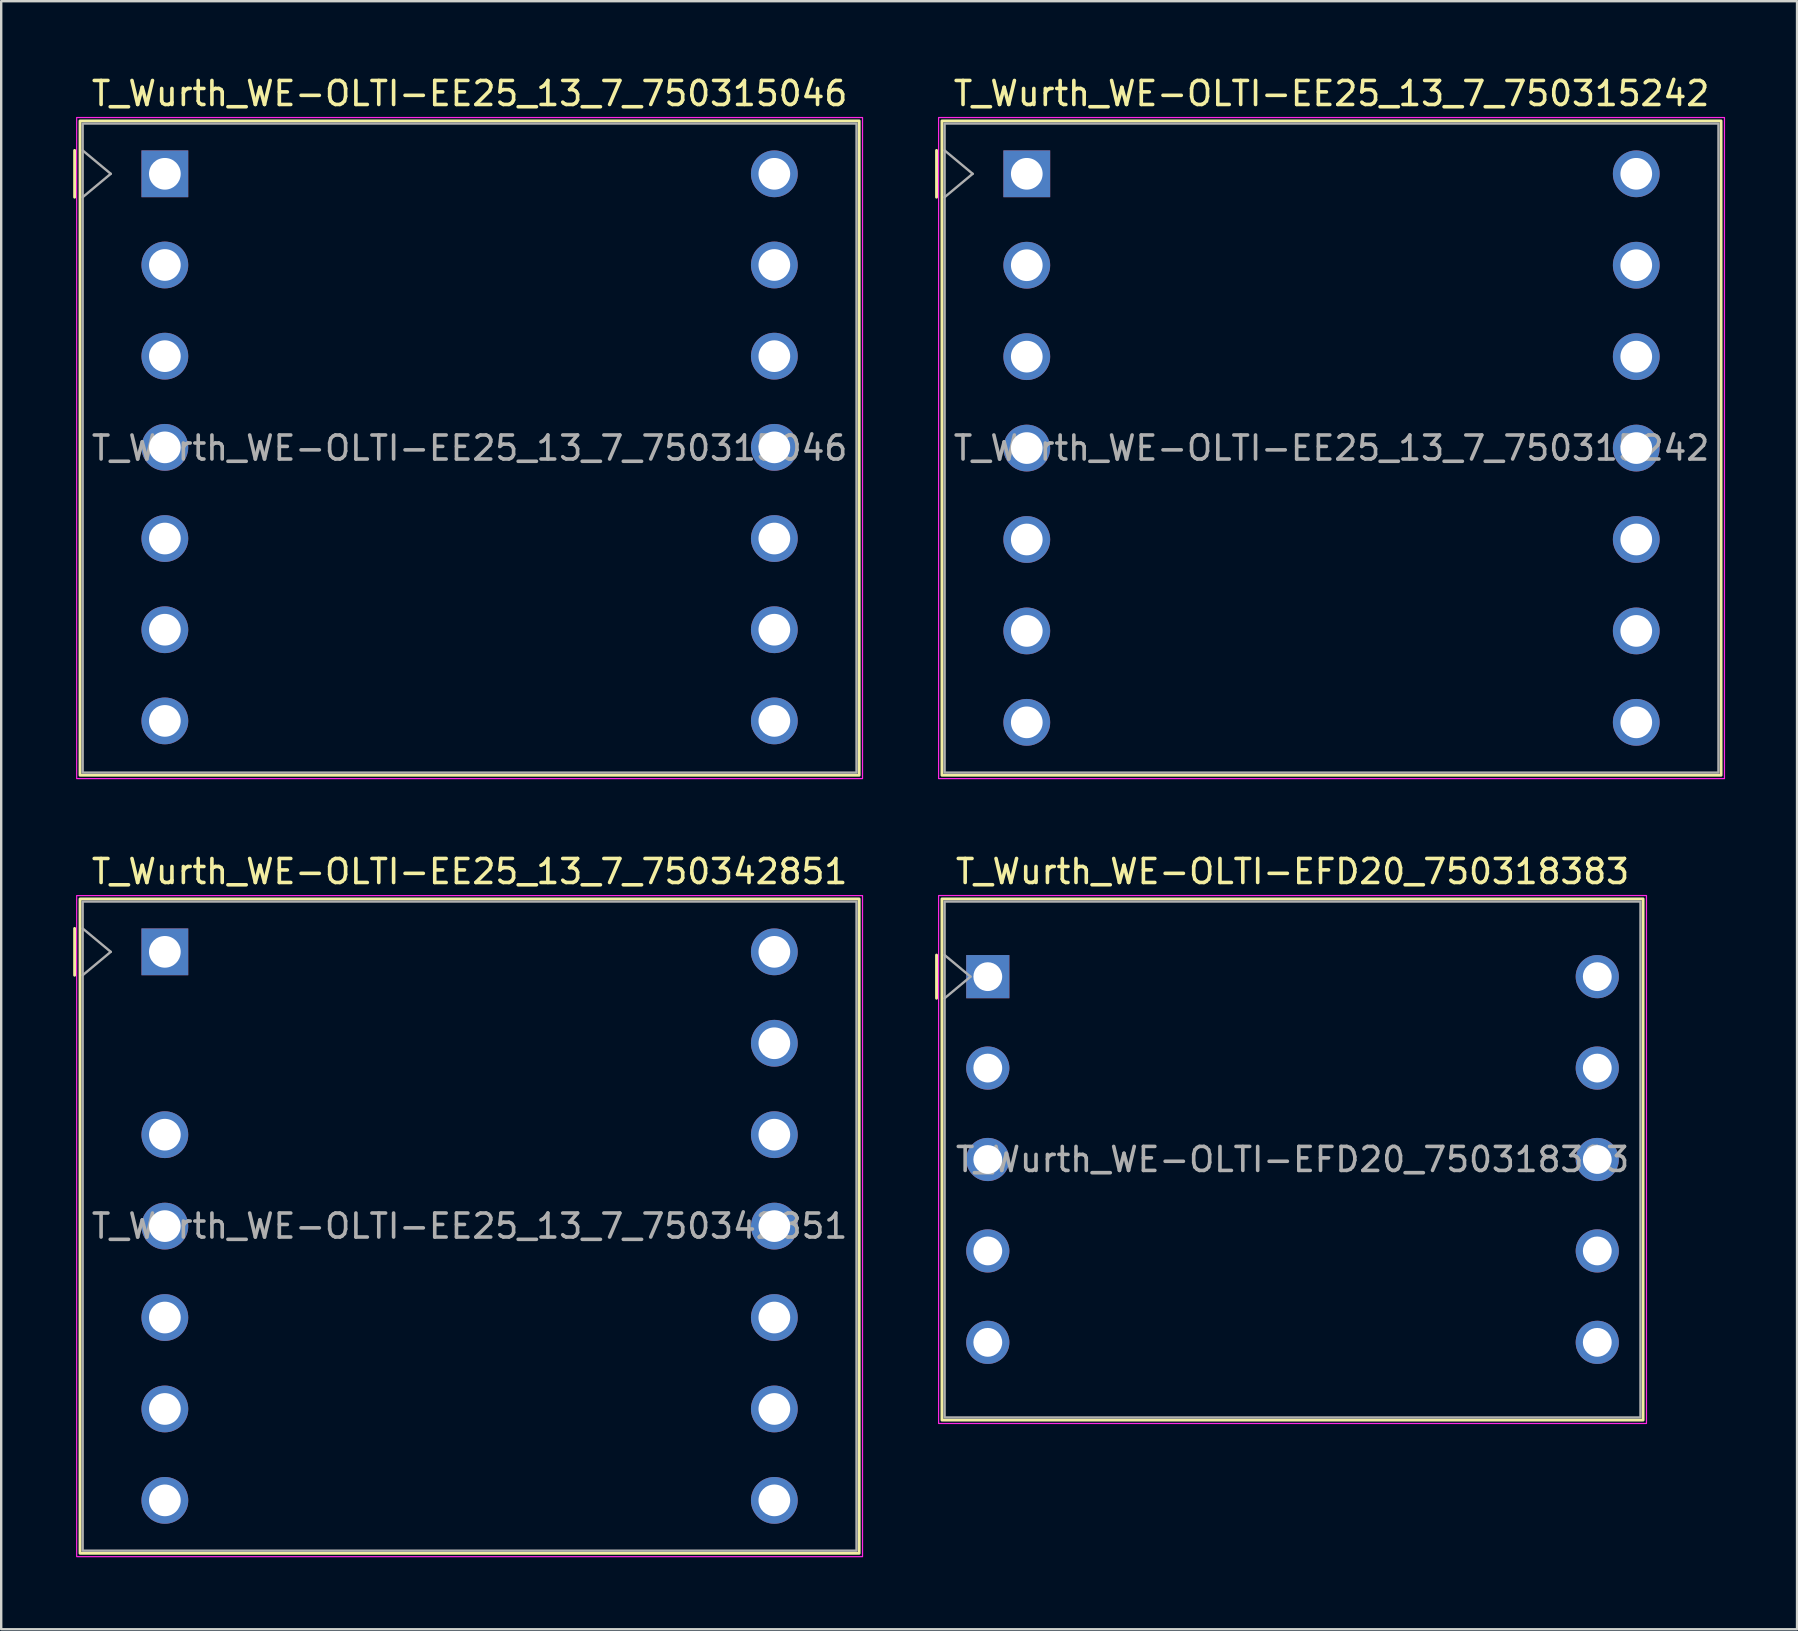
<source format=kicad_pcb>
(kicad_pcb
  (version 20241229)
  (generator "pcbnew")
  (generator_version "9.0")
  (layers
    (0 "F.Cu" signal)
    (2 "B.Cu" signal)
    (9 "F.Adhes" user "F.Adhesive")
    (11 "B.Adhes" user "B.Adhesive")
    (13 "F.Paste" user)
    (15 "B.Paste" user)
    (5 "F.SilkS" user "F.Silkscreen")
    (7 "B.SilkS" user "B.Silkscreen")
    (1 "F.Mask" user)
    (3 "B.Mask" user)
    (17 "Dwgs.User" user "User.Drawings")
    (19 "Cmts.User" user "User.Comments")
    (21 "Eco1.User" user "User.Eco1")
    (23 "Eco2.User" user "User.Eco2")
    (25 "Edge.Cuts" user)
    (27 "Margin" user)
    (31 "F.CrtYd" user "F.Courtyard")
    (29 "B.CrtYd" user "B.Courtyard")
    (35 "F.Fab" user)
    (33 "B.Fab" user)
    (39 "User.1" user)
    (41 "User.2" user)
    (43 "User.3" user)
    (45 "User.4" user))
  (footprint "T_Wurth_WE-OLTI-EE25_13_7_750315046"
    (layer "F.Cu")
    (at 3.82 4.193)
    (property "Reference" "T_Wurth_WE-OLTI-EE25_13_7_750315046" (at 12.7 -3.345 0) (unlocked yes) (layer "F.SilkS") (effects (font (size 1 1) (thickness 0.15))))
    (attr smd)
    (fp_line (start -3.76 -0.975) (end -3.76 0.975) (stroke (width 0.12) (type solid)) (layer "F.SilkS"))
    (fp_rect (start -3.535 -2.205) (end 28.935 25.065) (stroke (width 0.12) (type solid)) (fill no) (layer "F.SilkS"))
    (fp_rect (start -3.675 -2.345) (end 29.075 25.205) (stroke (width 0.05) (type solid)) (fill no) (layer "F.CrtYd"))
    (fp_line (start -3.425 -0.975) (end -2.255 0) (stroke (width 0.1) (type solid)) (layer "F.Fab"))
    (fp_line (start -3.425 0.975) (end -2.255 0) (stroke (width 0.1) (type solid)) (layer "F.Fab"))
    (fp_rect (start -3.425 -2.095) (end 28.825 24.955) (stroke (width 0.1) (type solid)) (fill no) (layer "F.Fab"))
    (fp_text user "${REFERENCE}" (at 12.7 11.43 0) (unlocked yes) (layer "F.Fab") (effects (font (size 1 1) (thickness 0.15))))
    (pad "1" thru_hole rect (at 0 0) (size 1.95 1.95) (drill 1.32) (layers "*.Cu" "*.Mask"))
    (pad "2" thru_hole circle (at 0 3.8) (size 1.95 1.95) (drill 1.32) (layers "*.Cu" "*.Mask"))
    (pad "3" thru_hole circle (at 0 7.6) (size 1.95 1.95) (drill 1.32) (layers "*.Cu" "*.Mask"))
    (pad "4" thru_hole circle (at 0 11.4) (size 1.95 1.95) (drill 1.32) (layers "*.Cu" "*.Mask"))
    (pad "5" thru_hole circle (at 0 15.2) (size 1.95 1.95) (drill 1.32) (layers "*.Cu" "*.Mask"))
    (pad "6" thru_hole circle (at 0 19) (size 1.95 1.95) (drill 1.32) (layers "*.Cu" "*.Mask"))
    (pad "7" thru_hole circle (at 0 22.8) (size 1.95 1.95) (drill 1.32) (layers "*.Cu" "*.Mask"))
    (pad "8" thru_hole circle (at 25.4 22.8) (size 1.95 1.95) (drill 1.32) (layers "*.Cu" "*.Mask"))
    (pad "9" thru_hole circle (at 25.4 19) (size 1.95 1.95) (drill 1.32) (layers "*.Cu" "*.Mask"))
    (pad "10" thru_hole circle (at 25.4 15.2) (size 1.95 1.95) (drill 1.32) (layers "*.Cu" "*.Mask"))
    (pad "11" thru_hole circle (at 25.4 11.4) (size 1.95 1.95) (drill 1.32) (layers "*.Cu" "*.Mask"))
    (pad "12" thru_hole circle (at 25.4 7.6) (size 1.95 1.95) (drill 1.32) (layers "*.Cu" "*.Mask"))
    (pad "13" thru_hole circle (at 25.4 3.8) (size 1.95 1.95) (drill 1.32) (layers "*.Cu" "*.Mask"))
    (pad "14" thru_hole circle (at 25.4 0) (size 1.95 1.95) (drill 1.32) (layers "*.Cu" "*.Mask")))
  (footprint "T_Wurth_WE-OLTI-EE25_13_7_750342851"
    (layer "F.Cu")
    (at 3.82 36.617)
    (property "Reference" "T_Wurth_WE-OLTI-EE25_13_7_750342851" (at 12.7 -3.345 0) (unlocked yes) (layer "F.SilkS") (effects (font (size 1 1) (thickness 0.15))))
    (attr smd)
    (fp_line (start -3.76 -0.975) (end -3.76 0.975) (stroke (width 0.12) (type solid)) (layer "F.SilkS"))
    (fp_rect (start -3.535 -2.205) (end 28.935 25.065) (stroke (width 0.12) (type solid)) (fill no) (layer "F.SilkS"))
    (fp_rect (start -3.675 -2.345) (end 29.075 25.205) (stroke (width 0.05) (type solid)) (fill no) (layer "F.CrtYd"))
    (fp_line (start -3.425 -0.975) (end -2.255 0) (stroke (width 0.1) (type solid)) (layer "F.Fab"))
    (fp_line (start -3.425 0.975) (end -2.255 0) (stroke (width 0.1) (type solid)) (layer "F.Fab"))
    (fp_rect (start -3.425 -2.095) (end 28.825 24.955) (stroke (width 0.1) (type solid)) (fill no) (layer "F.Fab"))
    (fp_text user "${REFERENCE}" (at 12.7 11.43 0) (unlocked yes) (layer "F.Fab") (effects (font (size 1 1) (thickness 0.15))))
    (pad "1" thru_hole rect (at 0 0) (size 1.95 1.95) (drill 1.32) (layers "*.Cu" "*.Mask"))
    (pad "3" thru_hole circle (at 0 7.62) (size 1.95 1.95) (drill 1.32) (layers "*.Cu" "*.Mask"))
    (pad "4" thru_hole circle (at 0 11.43) (size 1.95 1.95) (drill 1.32) (layers "*.Cu" "*.Mask"))
    (pad "5" thru_hole circle (at 0 15.24) (size 1.95 1.95) (drill 1.32) (layers "*.Cu" "*.Mask"))
    (pad "6" thru_hole circle (at 0 19.05) (size 1.95 1.95) (drill 1.32) (layers "*.Cu" "*.Mask"))
    (pad "7" thru_hole circle (at 0 22.86) (size 1.95 1.95) (drill 1.32) (layers "*.Cu" "*.Mask"))
    (pad "8" thru_hole circle (at 25.4 22.86) (size 1.95 1.95) (drill 1.32) (layers "*.Cu" "*.Mask"))
    (pad "9" thru_hole circle (at 25.4 19.05) (size 1.95 1.95) (drill 1.32) (layers "*.Cu" "*.Mask"))
    (pad "10" thru_hole circle (at 25.4 15.24) (size 1.95 1.95) (drill 1.32) (layers "*.Cu" "*.Mask"))
    (pad "11" thru_hole circle (at 25.4 11.43) (size 1.95 1.95) (drill 1.32) (layers "*.Cu" "*.Mask"))
    (pad "12" thru_hole circle (at 25.4 7.62) (size 1.95 1.95) (drill 1.32) (layers "*.Cu" "*.Mask"))
    (pad "13" thru_hole circle (at 25.4 3.81) (size 1.95 1.95) (drill 1.32) (layers "*.Cu" "*.Mask"))
    (pad "14" thru_hole circle (at 25.4 0) (size 1.95 1.95) (drill 1.32) (layers "*.Cu" "*.Mask")))
  (footprint "T_Wurth_WE-OLTI-EE25_13_7_750315242"
    (layer "F.Cu")
    (at 39.74 4.193)
    (property "Reference" "T_Wurth_WE-OLTI-EE25_13_7_750315242" (at 12.7 -3.345 0) (unlocked yes) (layer "F.SilkS") (effects (font (size 1 1) (thickness 0.15))))
    (attr smd)
    (fp_line (start -3.76 -0.975) (end -3.76 0.975) (stroke (width 0.12) (type solid)) (layer "F.SilkS"))
    (fp_rect (start -3.535 -2.205) (end 28.935 25.065) (stroke (width 0.12) (type solid)) (fill no) (layer "F.SilkS"))
    (fp_rect (start -3.675 -2.345) (end 29.075 25.205) (stroke (width 0.05) (type solid)) (fill no) (layer "F.CrtYd"))
    (fp_line (start -3.425 -0.975) (end -2.255 0) (stroke (width 0.1) (type solid)) (layer "F.Fab"))
    (fp_line (start -3.425 0.975) (end -2.255 0) (stroke (width 0.1) (type solid)) (layer "F.Fab"))
    (fp_rect (start -3.425 -2.095) (end 28.825 24.955) (stroke (width 0.1) (type solid)) (fill no) (layer "F.Fab"))
    (fp_text user "${REFERENCE}" (at 12.7 11.43 0) (unlocked yes) (layer "F.Fab") (effects (font (size 1 1) (thickness 0.15))))
    (pad "1" thru_hole rect (at 0 0) (size 1.95 1.95) (drill 1.32) (layers "*.Cu" "*.Mask"))
    (pad "2" thru_hole circle (at 0 3.81) (size 1.95 1.95) (drill 1.32) (layers "*.Cu" "*.Mask"))
    (pad "3" thru_hole circle (at 0 7.62) (size 1.95 1.95) (drill 1.32) (layers "*.Cu" "*.Mask"))
    (pad "4" thru_hole circle (at 0 11.43) (size 1.95 1.95) (drill 1.32) (layers "*.Cu" "*.Mask"))
    (pad "5" thru_hole circle (at 0 15.24) (size 1.95 1.95) (drill 1.32) (layers "*.Cu" "*.Mask"))
    (pad "6" thru_hole circle (at 0 19.05) (size 1.95 1.95) (drill 1.32) (layers "*.Cu" "*.Mask"))
    (pad "7" thru_hole circle (at 0 22.86) (size 1.95 1.95) (drill 1.32) (layers "*.Cu" "*.Mask"))
    (pad "8" thru_hole circle (at 25.4 22.86) (size 1.95 1.95) (drill 1.32) (layers "*.Cu" "*.Mask"))
    (pad "9" thru_hole circle (at 25.4 19.05) (size 1.95 1.95) (drill 1.32) (layers "*.Cu" "*.Mask"))
    (pad "10" thru_hole circle (at 25.4 15.24) (size 1.95 1.95) (drill 1.32) (layers "*.Cu" "*.Mask"))
    (pad "11" thru_hole circle (at 25.4 11.43) (size 1.95 1.95) (drill 1.32) (layers "*.Cu" "*.Mask"))
    (pad "12" thru_hole circle (at 25.4 7.62) (size 1.95 1.95) (drill 1.32) (layers "*.Cu" "*.Mask"))
    (pad "13" thru_hole circle (at 25.4 3.81) (size 1.95 1.95) (drill 1.32) (layers "*.Cu" "*.Mask"))
    (pad "14" thru_hole circle (at 25.4 0) (size 1.95 1.95) (drill 1.32) (layers "*.Cu" "*.Mask")))
  (footprint "T_Wurth_WE-OLTI-EFD20_750318383"
    (layer "F.Cu")
    (at 38.115 37.651)
    (property "Reference" "T_Wurth_WE-OLTI-EFD20_750318383" (at 12.7 -4.38 0) (unlocked yes) (layer "F.SilkS") (effects (font (size 1 1) (thickness 0.15))))
    (attr smd)
    (fp_line (start -2.135 -0.9) (end -2.135 0.9) (stroke (width 0.12) (type solid)) (layer "F.SilkS"))
    (fp_rect (start -1.91 -3.24) (end 27.31 18.48) (stroke (width 0.12) (type solid)) (fill no) (layer "F.SilkS"))
    (fp_rect (start -2.05 -3.38) (end 27.45 18.62) (stroke (width 0.05) (type solid)) (fill no) (layer "F.CrtYd"))
    (fp_line (start -1.8 -0.9) (end -0.72 0) (stroke (width 0.1) (type solid)) (layer "F.Fab"))
    (fp_line (start -1.8 0.9) (end -0.72 0) (stroke (width 0.1) (type solid)) (layer "F.Fab"))
    (fp_rect (start -1.8 -3.13) (end 27.2 18.37) (stroke (width 0.1) (type solid)) (fill no) (layer "F.Fab"))
    (fp_text user "${REFERENCE}" (at 12.7 7.62 0) (unlocked yes) (layer "F.Fab") (effects (font (size 1 1) (thickness 0.15))))
    (pad "1" thru_hole rect (at 0 0) (size 1.8 1.8) (drill 1.2) (layers "*.Cu" "*.Mask"))
    (pad "2" thru_hole circle (at 0 3.81) (size 1.8 1.8) (drill 1.2) (layers "*.Cu" "*.Mask"))
    (pad "3" thru_hole circle (at 0 7.62) (size 1.8 1.8) (drill 1.2) (layers "*.Cu" "*.Mask"))
    (pad "4" thru_hole circle (at 0 11.43) (size 1.8 1.8) (drill 1.2) (layers "*.Cu" "*.Mask"))
    (pad "5" thru_hole circle (at 0 15.24) (size 1.8 1.8) (drill 1.2) (layers "*.Cu" "*.Mask"))
    (pad "6" thru_hole circle (at 25.4 15.24) (size 1.8 1.8) (drill 1.2) (layers "*.Cu" "*.Mask"))
    (pad "7" thru_hole circle (at 25.4 11.43) (size 1.8 1.8) (drill 1.2) (layers "*.Cu" "*.Mask"))
    (pad "8" thru_hole circle (at 25.4 7.62) (size 1.8 1.8) (drill 1.2) (layers "*.Cu" "*.Mask"))
    (pad "9" thru_hole circle (at 25.4 3.81) (size 1.8 1.8) (drill 1.2) (layers "*.Cu" "*.Mask"))
    (pad "10" thru_hole circle (at 25.4 0) (size 1.8 1.8) (drill 1.2) (layers "*.Cu" "*.Mask")))
  (gr_rect
    (start -3 -3)
    (end 71.84 64.847)
    (stroke (width 0.1) (type default))
    (fill no)
    (layer "Edge.Cuts")))
</source>
